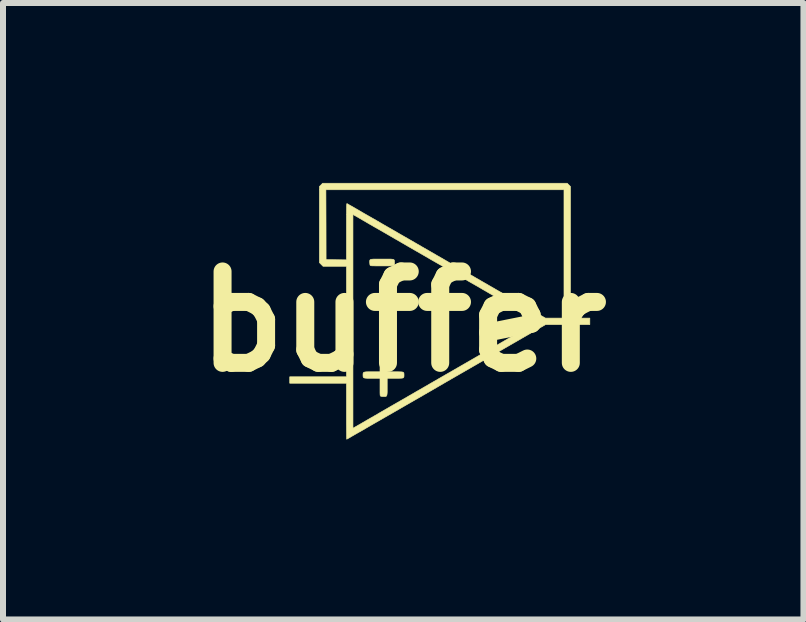
<source format=kicad_pcb>
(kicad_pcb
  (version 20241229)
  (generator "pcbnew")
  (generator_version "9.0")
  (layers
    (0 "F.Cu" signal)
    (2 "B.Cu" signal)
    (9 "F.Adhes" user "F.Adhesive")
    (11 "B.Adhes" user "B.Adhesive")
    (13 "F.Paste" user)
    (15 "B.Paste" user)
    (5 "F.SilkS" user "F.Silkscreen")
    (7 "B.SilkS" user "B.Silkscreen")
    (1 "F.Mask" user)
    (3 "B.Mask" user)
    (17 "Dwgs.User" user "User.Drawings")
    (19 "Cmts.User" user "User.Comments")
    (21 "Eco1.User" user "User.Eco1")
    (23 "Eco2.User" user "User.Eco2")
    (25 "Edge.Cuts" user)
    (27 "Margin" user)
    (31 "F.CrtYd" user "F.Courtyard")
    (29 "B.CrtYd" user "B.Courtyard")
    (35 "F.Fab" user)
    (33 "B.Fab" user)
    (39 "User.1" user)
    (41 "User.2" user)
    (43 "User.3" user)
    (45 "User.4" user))
  (footprint "buffer"
    (layer "F.Cu")
    (at 3.672 2.31)
    (property "Reference" "buffer" (at 0 0 0) (layer "F.SilkS") (effects (font (size 1.524 1.524) (thickness 0.3))))
    (attr through_hole)
    (fp_poly (pts (xy -0.25 -1.041) (xy -0.215 -1.041) (xy -0.189 -1.039) (xy -0.17 -1.037) (xy -0.158 -1.032) (xy -0.151 -1.026) (xy -0.147 -1.018) (xy -0.146 -1.007) (xy -0.146 -0.993) (xy -0.146 -0.984) (xy -0.146 -0.969) (xy -0.146 -0.956) (xy -0.148 -0.946) (xy -0.154 -0.939) (xy -0.163 -0.934) (xy -0.178 -0.93) (xy -0.201 -0.928) (xy -0.231 -0.927) (xy -0.271 -0.927) (xy -0.321 -0.927) (xy -0.352 -0.927) (xy -0.407 -0.927) (xy -0.45 -0.927) (xy -0.484 -0.928) (xy -0.509 -0.928) (xy -0.526 -0.929) (xy -0.538 -0.931) (xy -0.545 -0.933) (xy -0.55 -0.936) (xy -0.552 -0.939) (xy -0.552 -0.939) (xy -0.556 -0.953) (xy -0.558 -0.973) (xy -0.559 -0.984) (xy -0.559 -1) (xy -0.559 -1.012) (xy -0.556 -1.022) (xy -0.551 -1.029) (xy -0.542 -1.035) (xy -0.526 -1.038) (xy -0.504 -1.04) (xy -0.474 -1.041) (xy -0.434 -1.041) (xy -0.383 -1.041) (xy -0.352 -1.041) (xy -0.296 -1.041) (xy -0.25 -1.041)) (stroke (width 0.01) (type solid)) (fill yes) (layer "F.SilkS"))
    (fp_poly (pts (xy -0.33 0.527) (xy -0.325 0.527) (xy -0.307 0.527) (xy -0.294 0.529) (xy -0.284 0.533) (xy -0.277 0.542) (xy -0.272 0.556) (xy -0.269 0.577) (xy -0.267 0.607) (xy -0.267 0.646) (xy -0.267 0.697) (xy -0.267 0.838) (xy -0.134 0.838) (xy -0.087 0.838) (xy -0.051 0.839) (xy -0.025 0.84) (xy -0.008 0.843) (xy 0.004 0.848) (xy 0.01 0.856) (xy 0.012 0.867) (xy 0.013 0.881) (xy 0.013 0.892) (xy 0.013 0.909) (xy 0.011 0.923) (xy 0.008 0.932) (xy -0.000322 0.939) (xy -0.014 0.943) (xy -0.035 0.945) (xy -0.065 0.946) (xy -0.104 0.946) (xy -0.134 0.946) (xy -0.267 0.946) (xy -0.267 1.088) (xy -0.267 1.138) (xy -0.267 1.176) (xy -0.269 1.205) (xy -0.272 1.225) (xy -0.277 1.238) (xy -0.284 1.246) (xy -0.295 1.25) (xy -0.31 1.251) (xy -0.328 1.251) (xy -0.35 1.25) (xy -0.368 1.247) (xy -0.376 1.244) (xy -0.38 1.241) (xy -0.383 1.235) (xy -0.385 1.226) (xy -0.386 1.211) (xy -0.387 1.188) (xy -0.387 1.157) (xy -0.387 1.115) (xy -0.387 1.092) (xy -0.387 0.946) (xy -0.52 0.946) (xy -0.567 0.946) (xy -0.603 0.946) (xy -0.63 0.944) (xy -0.648 0.941) (xy -0.66 0.936) (xy -0.666 0.928) (xy -0.669 0.917) (xy -0.67 0.902) (xy -0.67 0.892) (xy -0.67 0.875) (xy -0.668 0.862) (xy -0.664 0.853) (xy -0.655 0.846) (xy -0.641 0.842) (xy -0.619 0.839) (xy -0.588 0.838) (xy -0.547 0.838) (xy -0.52 0.838) (xy -0.387 0.838) (xy -0.387 0.689) (xy -0.387 0.64) (xy -0.387 0.601) (xy -0.386 0.573) (xy -0.383 0.553) (xy -0.379 0.54) (xy -0.372 0.532) (xy -0.362 0.528) (xy -0.348 0.527) (xy -0.33 0.527)) (stroke (width 0.01) (type solid)) (fill yes) (layer "F.SilkS"))
    (fp_poly (pts (xy 2.761 -2.278) (xy 2.788 -2.251) (xy 2.788 -0.057) (xy 3.111 -0.057) (xy 3.111 0.051) (xy 2.373 0.051) (xy 0.717 1.006) (xy 0.583 1.084) (xy 0.452 1.16) (xy 0.324 1.234) (xy 0.199 1.306) (xy 0.079 1.375) (xy -0.037 1.442) (xy -0.148 1.506) (xy -0.253 1.566) (xy -0.353 1.624) (xy -0.446 1.677) (xy -0.533 1.727) (xy -0.612 1.773) (xy -0.684 1.815) (xy -0.748 1.851) (xy -0.804 1.883) (xy -0.851 1.91) (xy -0.888 1.932) (xy -0.916 1.948) (xy -0.934 1.958) (xy -0.942 1.962) (xy -0.942 1.962) (xy -0.943 1.956) (xy -0.943 1.938) (xy -0.944 1.909) (xy -0.944 1.871) (xy -0.945 1.824) (xy -0.945 1.779) (xy -0.838 1.779) (xy -0.801 1.758) (xy -0.793 1.753) (xy -0.773 1.742) (xy -0.744 1.725) (xy -0.705 1.703) (xy -0.657 1.675) (xy -0.601 1.642) (xy -0.536 1.605) (xy -0.463 1.563) (xy -0.383 1.516) (xy -0.296 1.466) (xy -0.203 1.412) (xy -0.104 1.355) (xy 0.001 1.295) (xy 0.111 1.231) (xy 0.225 1.165) (xy 0.344 1.097) (xy 0.466 1.026) (xy 0.591 0.954) (xy 0.719 0.88) (xy 0.742 0.867) (xy 2.247 -0.002) (xy 2.23 -0.013) (xy 2.223 -0.017) (xy 2.206 -0.027) (xy 2.178 -0.043) (xy 2.141 -0.064) (xy 2.095 -0.091) (xy 2.04 -0.123) (xy 1.976 -0.16) (xy 1.905 -0.201) (xy 1.826 -0.246) (xy 1.741 -0.296) (xy 1.649 -0.349) (xy 1.551 -0.405) (xy 1.447 -0.465) (xy 1.338 -0.528) (xy 1.225 -0.594) (xy 1.107 -0.661) (xy 0.986 -0.732) (xy 0.861 -0.804) (xy 0.733 -0.877) (xy 0.708 -0.892) (xy 0.58 -0.966) (xy 0.454 -1.038) (xy 0.332 -1.109) (xy 0.214 -1.177) (xy 0.099 -1.243) (xy -0.011 -1.307) (xy -0.115 -1.367) (xy -0.215 -1.425) (xy -0.308 -1.479) (xy -0.395 -1.529) (xy -0.476 -1.575) (xy -0.549 -1.617) (xy -0.614 -1.655) (xy -0.671 -1.688) (xy -0.719 -1.716) (xy -0.758 -1.739) (xy -0.788 -1.756) (xy -0.808 -1.767) (xy -0.817 -1.773) (xy -0.818 -1.773) (xy -0.838 -1.785) (xy -0.838 1.779) (xy -0.945 1.779) (xy -0.945 1.769) (xy -0.946 1.708) (xy -0.946 1.64) (xy -0.946 1.568) (xy -0.946 1.495) (xy -0.946 1.029) (xy -1.892 1.029) (xy -1.892 0.921) (xy -0.946 0.921) (xy -0.946 -0.921) (xy -1.337 -0.921) (xy -1.367 -0.951) (xy -1.397 -0.982) (xy -1.397 -2.197) (xy -1.289 -2.197) (xy -1.287 -1.614) (xy -1.286 -1.032) (xy -0.946 -1.028) (xy -0.946 -1.499) (xy -0.946 -1.591) (xy -0.946 -1.671) (xy -0.946 -1.739) (xy -0.945 -1.797) (xy -0.945 -1.845) (xy -0.944 -1.884) (xy -0.944 -1.914) (xy -0.943 -1.937) (xy -0.942 -1.953) (xy -0.94 -1.963) (xy -0.939 -1.967) (xy -0.938 -1.967) (xy -0.932 -1.963) (xy -0.915 -1.954) (xy -0.889 -1.938) (xy -0.852 -1.918) (xy -0.806 -1.891) (xy -0.752 -1.86) (xy -0.689 -1.823) (xy -0.618 -1.782) (xy -0.539 -1.737) (xy -0.453 -1.688) (xy -0.361 -1.634) (xy -0.262 -1.577) (xy -0.157 -1.517) (xy -0.047 -1.453) (xy 0.068 -1.387) (xy 0.188 -1.318) (xy 0.312 -1.246) (xy 0.439 -1.173) (xy 0.57 -1.097) (xy 0.704 -1.02) (xy 0.721 -1.01) (xy 2.371 -0.057) (xy 2.68 -0.057) (xy 2.68 -2.197) (xy -1.289 -2.197) (xy -1.397 -2.197) (xy -1.397 -2.251) (xy -1.37 -2.278) (xy -1.344 -2.305) (xy 2.734 -2.305) (xy 2.761 -2.278)) (stroke (width 0.01) (type solid)) (fill yes) (layer "F.SilkS")))
  (gr_rect
    (start -3 -3)
    (end 10.344 7.277)
    (stroke (width 0.1) (type default))
    (fill no)
    (layer "Edge.Cuts")))
</source>
